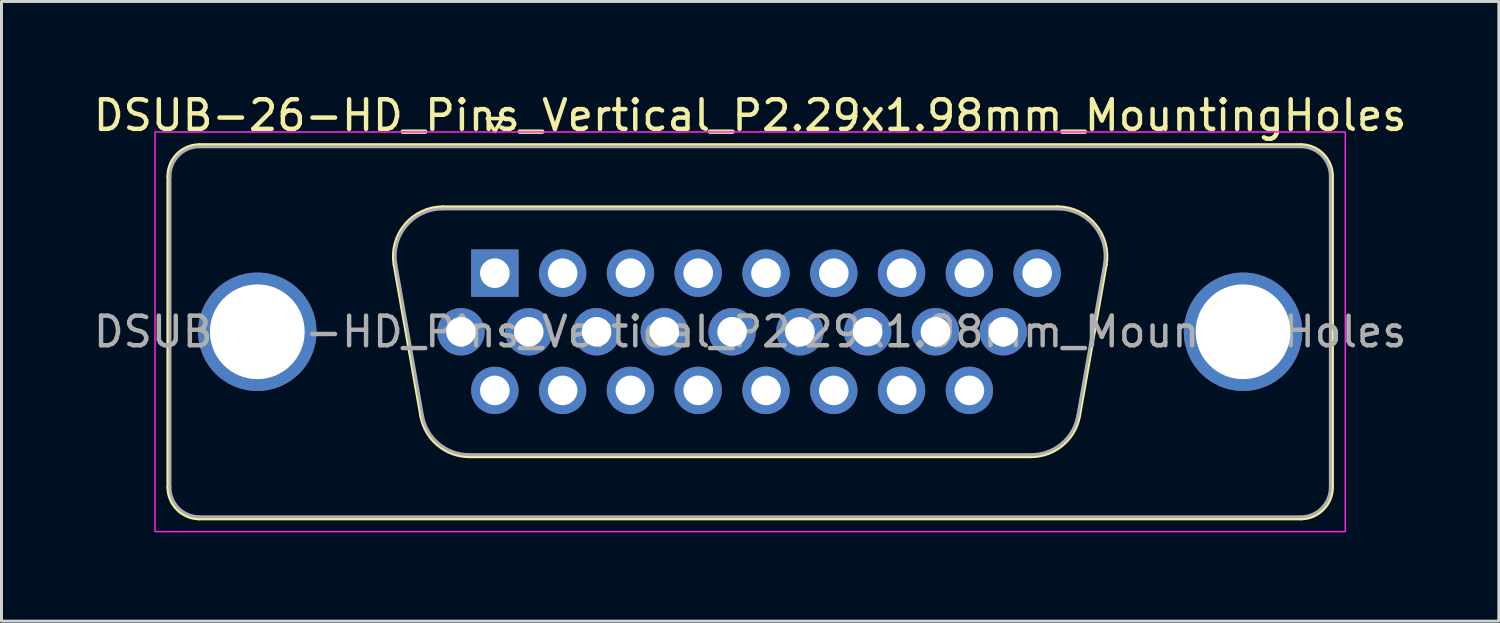
<source format=kicad_pcb>
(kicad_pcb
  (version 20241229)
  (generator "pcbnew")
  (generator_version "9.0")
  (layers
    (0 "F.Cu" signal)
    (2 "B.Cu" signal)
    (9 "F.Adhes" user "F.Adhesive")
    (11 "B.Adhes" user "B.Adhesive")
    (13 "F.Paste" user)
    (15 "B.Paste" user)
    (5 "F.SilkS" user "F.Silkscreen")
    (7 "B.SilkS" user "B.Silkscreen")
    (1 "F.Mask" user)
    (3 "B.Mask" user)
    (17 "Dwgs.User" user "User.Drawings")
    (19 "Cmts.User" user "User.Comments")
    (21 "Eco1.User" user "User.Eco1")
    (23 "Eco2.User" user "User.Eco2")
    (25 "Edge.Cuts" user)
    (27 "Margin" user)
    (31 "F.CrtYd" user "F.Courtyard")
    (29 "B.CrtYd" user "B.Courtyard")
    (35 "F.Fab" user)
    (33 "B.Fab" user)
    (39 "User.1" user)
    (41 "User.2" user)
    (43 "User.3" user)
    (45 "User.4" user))
  (footprint "DSUB-26-HD_Pins_Vertical_P2.29x1.98mm_MountingHoles"
    (layer "F.Cu")
    (at 13.667 6.178)
    (property "Reference" "DSUB-26-HD_Pins_Vertical_P2.29x1.98mm_MountingHoles" (at 8.625 -5.33 0) (layer "F.SilkS") (effects (font (size 1 1) (thickness 0.15))))
    (attr through_hole)
    (fp_line (start -11.035 7.23) (end -11.035 -3.27) (stroke (width 0.12) (type solid)) (layer "F.SilkS"))
    (fp_line (start -9.975 -4.33) (end 27.225 -4.33) (stroke (width 0.12) (type solid)) (layer "F.SilkS"))
    (fp_line (start -2.492 4.818) (end -3.391 -0.282) (stroke (width 0.12) (type solid)) (layer "F.SilkS"))
    (fp_line (start -1.757 -2.23) (end 19.007 -2.23) (stroke (width 0.12) (type solid)) (layer "F.SilkS"))
    (fp_line (start -0.25 -5.224) (end 0.25 -5.224) (stroke (width 0.12) (type solid)) (layer "F.SilkS"))
    (fp_line (start 0 -4.791) (end -0.25 -5.224) (stroke (width 0.12) (type solid)) (layer "F.SilkS"))
    (fp_line (start 0.25 -5.224) (end 0 -4.791) (stroke (width 0.12) (type solid)) (layer "F.SilkS"))
    (fp_line (start 18.107 6.19) (end -0.857 6.19) (stroke (width 0.12) (type solid)) (layer "F.SilkS"))
    (fp_line (start 20.641 -0.282) (end 19.742 4.818) (stroke (width 0.12) (type solid)) (layer "F.SilkS"))
    (fp_line (start 27.225 8.29) (end -9.975 8.29) (stroke (width 0.12) (type solid)) (layer "F.SilkS"))
    (fp_line (start 28.285 -3.27) (end 28.285 7.23) (stroke (width 0.12) (type solid)) (layer "F.SilkS"))
    (fp_arc (start -11.035 -3.27) (mid -10.724533 -4.019533) (end -9.975 -4.33) (stroke (width 0.12) (type solid)) (layer "F.SilkS"))
    (fp_arc (start -9.975 8.29) (mid -10.724533 7.979533) (end -11.035 7.23) (stroke (width 0.12) (type solid)) (layer "F.SilkS"))
    (fp_arc (start -3.39147 -0.281744) (mid -3.028323 -1.637027) (end -1.756689 -2.23) (stroke (width 0.12) (type solid)) (layer "F.SilkS"))
    (fp_arc (start -0.857421 6.19) (mid -1.924449 5.801634) (end -2.492202 4.818256) (stroke (width 0.12) (type solid)) (layer "F.SilkS"))
    (fp_arc (start 19.006689 -2.23) (mid 20.278323 -1.637027) (end 20.64147 -0.281744) (stroke (width 0.12) (type solid)) (layer "F.SilkS"))
    (fp_arc (start 19.742202 4.818256) (mid 19.174449 5.801634) (end 18.107421 6.19) (stroke (width 0.12) (type solid)) (layer "F.SilkS"))
    (fp_arc (start 27.225 -4.33) (mid 27.974533 -4.019533) (end 28.285 -3.27) (stroke (width 0.12) (type solid)) (layer "F.SilkS"))
    (fp_arc (start 28.285 7.23) (mid 27.974533 7.979533) (end 27.225 8.29) (stroke (width 0.12) (type solid)) (layer "F.SilkS"))
    (fp_rect (start -11.48 -4.77) (end 28.73 8.73) (stroke (width 0.05) (type solid)) (fill no) (layer "F.CrtYd"))
    (fp_line (start -10.975 7.23) (end -10.975 -3.27) (stroke (width 0.1) (type solid)) (layer "F.Fab"))
    (fp_line (start -9.975 -4.27) (end 27.225 -4.27) (stroke (width 0.1) (type solid)) (layer "F.Fab"))
    (fp_line (start -2.445 4.808) (end -3.344 -0.292) (stroke (width 0.1) (type solid)) (layer "F.Fab"))
    (fp_line (start -1.768 -2.17) (end 19.018 -2.17) (stroke (width 0.1) (type solid)) (layer "F.Fab"))
    (fp_line (start 18.119 6.13) (end -0.869 6.13) (stroke (width 0.1) (type solid)) (layer "F.Fab"))
    (fp_line (start 20.594 -0.292) (end 19.695 4.808) (stroke (width 0.1) (type solid)) (layer "F.Fab"))
    (fp_line (start 27.225 8.23) (end -9.975 8.23) (stroke (width 0.1) (type solid)) (layer "F.Fab"))
    (fp_line (start 28.225 -3.27) (end 28.225 7.23) (stroke (width 0.1) (type solid)) (layer "F.Fab"))
    (fp_arc (start -10.975 -3.27) (mid -10.682107 -3.977107) (end -9.975 -4.27) (stroke (width 0.1) (type solid)) (layer "F.Fab"))
    (fp_arc (start -9.975 8.23) (mid -10.682107 7.937107) (end -10.975 7.23) (stroke (width 0.1) (type solid)) (layer "F.Fab"))
    (fp_arc (start -3.343887 -0.292163) (mid -2.993865 -1.59846) (end -1.768194 -2.17) (stroke (width 0.1) (type solid)) (layer "F.Fab"))
    (fp_arc (start -0.868927 6.13) (mid -1.897387 5.755671) (end -2.444619 4.807837) (stroke (width 0.1) (type solid)) (layer "F.Fab"))
    (fp_arc (start 19.018194 -2.17) (mid 20.243865 -1.59846) (end 20.593887 -0.292163) (stroke (width 0.1) (type solid)) (layer "F.Fab"))
    (fp_arc (start 19.694619 4.807837) (mid 19.147387 5.755671) (end 18.118927 6.13) (stroke (width 0.1) (type solid)) (layer "F.Fab"))
    (fp_arc (start 27.225 -4.27) (mid 27.932107 -3.977107) (end 28.225 -3.27) (stroke (width 0.1) (type solid)) (layer "F.Fab"))
    (fp_arc (start 28.225 7.23) (mid 27.932107 7.937107) (end 27.225 8.23) (stroke (width 0.1) (type solid)) (layer "F.Fab"))
    (fp_text user "${REFERENCE}" (at 8.625 1.98 0) (layer "F.Fab") (effects (font (size 1 1) (thickness 0.15))))
    (pad "1" thru_hole rect (at 0 0) (size 1.6 1.6) (drill 1) (layers "*.Cu" "*.Mask"))
    (pad "2" thru_hole circle (at 2.29 0) (size 1.6 1.6) (drill 1) (layers "*.Cu" "*.Mask"))
    (pad "3" thru_hole circle (at 4.58 0) (size 1.6 1.6) (drill 1) (layers "*.Cu" "*.Mask"))
    (pad "4" thru_hole circle (at 6.87 0) (size 1.6 1.6) (drill 1) (layers "*.Cu" "*.Mask"))
    (pad "5" thru_hole circle (at 9.16 0) (size 1.6 1.6) (drill 1) (layers "*.Cu" "*.Mask"))
    (pad "6" thru_hole circle (at 11.45 0) (size 1.6 1.6) (drill 1) (layers "*.Cu" "*.Mask"))
    (pad "7" thru_hole circle (at 13.74 0) (size 1.6 1.6) (drill 1) (layers "*.Cu" "*.Mask"))
    (pad "8" thru_hole circle (at 16.03 0) (size 1.6 1.6) (drill 1) (layers "*.Cu" "*.Mask"))
    (pad "9" thru_hole circle (at 18.32 0) (size 1.6 1.6) (drill 1) (layers "*.Cu" "*.Mask"))
    (pad "10" thru_hole circle (at -1.145 1.98) (size 1.6 1.6) (drill 1) (layers "*.Cu" "*.Mask"))
    (pad "11" thru_hole circle (at 1.145 1.98) (size 1.6 1.6) (drill 1) (layers "*.Cu" "*.Mask"))
    (pad "12" thru_hole circle (at 3.435 1.98) (size 1.6 1.6) (drill 1) (layers "*.Cu" "*.Mask"))
    (pad "13" thru_hole circle (at 5.725 1.98) (size 1.6 1.6) (drill 1) (layers "*.Cu" "*.Mask"))
    (pad "14" thru_hole circle (at 8.015 1.98) (size 1.6 1.6) (drill 1) (layers "*.Cu" "*.Mask"))
    (pad "15" thru_hole circle (at 10.305 1.98) (size 1.6 1.6) (drill 1) (layers "*.Cu" "*.Mask"))
    (pad "16" thru_hole circle (at 12.595 1.98) (size 1.6 1.6) (drill 1) (layers "*.Cu" "*.Mask"))
    (pad "17" thru_hole circle (at 14.885 1.98) (size 1.6 1.6) (drill 1) (layers "*.Cu" "*.Mask"))
    (pad "18" thru_hole circle (at 17.175 1.98) (size 1.6 1.6) (drill 1) (layers "*.Cu" "*.Mask"))
    (pad "19" thru_hole circle (at 0 3.96) (size 1.6 1.6) (drill 1) (layers "*.Cu" "*.Mask"))
    (pad "20" thru_hole circle (at 2.29 3.96) (size 1.6 1.6) (drill 1) (layers "*.Cu" "*.Mask"))
    (pad "21" thru_hole circle (at 4.58 3.96) (size 1.6 1.6) (drill 1) (layers "*.Cu" "*.Mask"))
    (pad "22" thru_hole circle (at 6.87 3.96) (size 1.6 1.6) (drill 1) (layers "*.Cu" "*.Mask"))
    (pad "23" thru_hole circle (at 9.16 3.96) (size 1.6 1.6) (drill 1) (layers "*.Cu" "*.Mask"))
    (pad "24" thru_hole circle (at 11.45 3.96) (size 1.6 1.6) (drill 1) (layers "*.Cu" "*.Mask"))
    (pad "25" thru_hole circle (at 13.74 3.96) (size 1.6 1.6) (drill 1) (layers "*.Cu" "*.Mask"))
    (pad "26" thru_hole circle (at 16.03 3.96) (size 1.6 1.6) (drill 1) (layers "*.Cu" "*.Mask"))
    (pad "SH" thru_hole circle (at -8.025 1.98) (size 4 4) (drill 3.2) (layers "*.Cu" "*.Mask"))
    (pad "SH" thru_hole circle (at 25.275 1.98) (size 4 4) (drill 3.2) (layers "*.Cu" "*.Mask")))
  (gr_rect
    (start -3 -3)
    (end 47.583 17.933)
    (stroke (width 0.1) (type default))
    (fill no)
    (layer "Edge.Cuts")))
</source>
